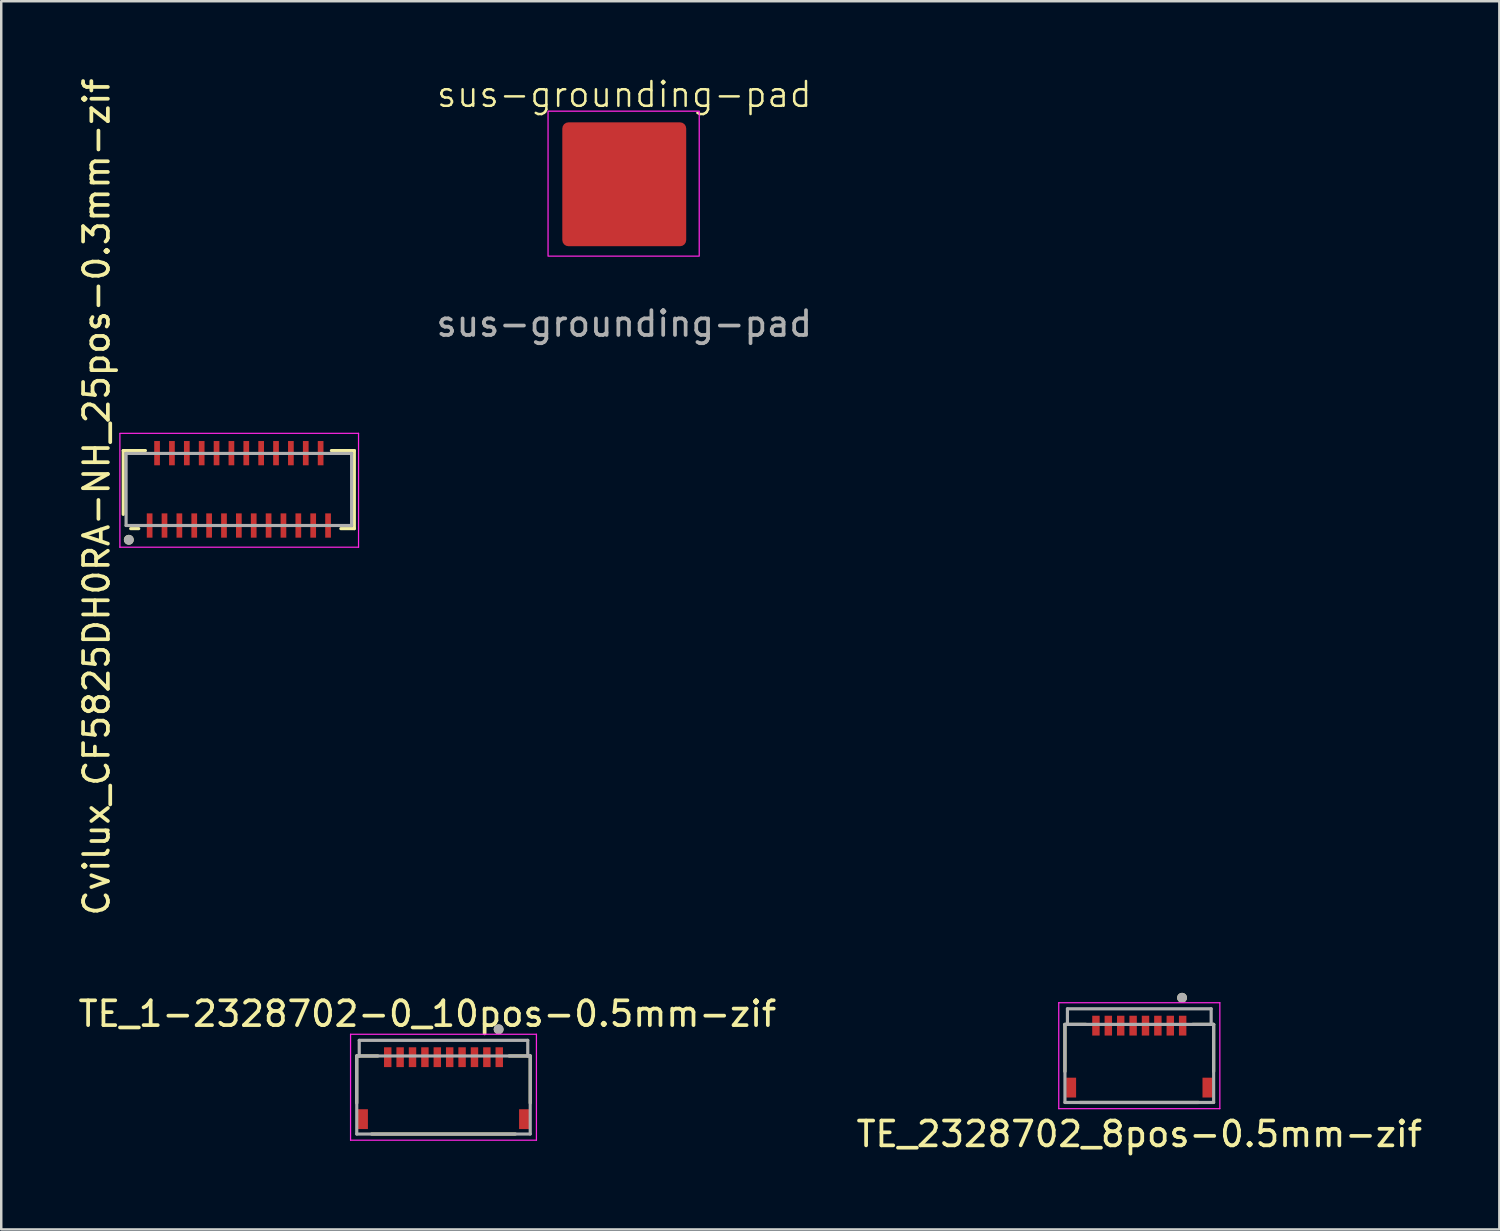
<source format=kicad_pcb>
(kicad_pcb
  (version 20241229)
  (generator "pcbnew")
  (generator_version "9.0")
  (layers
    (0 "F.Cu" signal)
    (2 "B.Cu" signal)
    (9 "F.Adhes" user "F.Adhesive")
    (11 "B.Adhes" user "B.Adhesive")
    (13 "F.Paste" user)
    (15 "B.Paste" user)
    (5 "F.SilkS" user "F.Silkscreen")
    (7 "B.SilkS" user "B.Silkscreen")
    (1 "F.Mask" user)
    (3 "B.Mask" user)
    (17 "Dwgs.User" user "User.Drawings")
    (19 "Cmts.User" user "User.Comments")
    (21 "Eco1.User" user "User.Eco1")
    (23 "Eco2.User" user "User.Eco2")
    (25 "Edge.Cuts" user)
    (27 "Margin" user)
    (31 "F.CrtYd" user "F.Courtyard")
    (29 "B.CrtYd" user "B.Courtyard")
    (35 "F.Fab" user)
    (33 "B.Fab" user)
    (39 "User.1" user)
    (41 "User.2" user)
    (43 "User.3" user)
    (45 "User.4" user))
  (footprint "TE_2328702_8pos-0.5mm-zif"
    (layer "F.Cu")
    (at 42.923 39.537)
    (property "Reference" "TE_2328702_8pos-0.5mm-zif" (at 0 3.175 0) (layer "F.SilkS") (effects (font (size 1 1) (thickness 0.15))))
    (attr smd)
    (fp_line (start -3 -1.25) (end -3 0.65) (stroke (width 0.127) (type solid)) (layer "F.SilkS"))
    (fp_line (start -2.4 1.9) (end 2.4 1.9) (stroke (width 0.127) (type solid)) (layer "F.SilkS"))
    (fp_line (start -2.15 -1.25) (end -3 -1.25) (stroke (width 0.127) (type solid)) (layer "F.SilkS"))
    (fp_line (start 2.15 -1.25) (end 3 -1.25) (stroke (width 0.127) (type solid)) (layer "F.SilkS"))
    (fp_line (start 3 -1.25) (end 3 0.65) (stroke (width 0.127) (type solid)) (layer "F.SilkS"))
    (fp_circle (center 1.725 -2.325) (end 1.825 -2.325) (stroke (width 0.2) (type solid)) (fill no) (layer "F.SilkS"))
    (fp_line (start -3.25 -2.125) (end 3.25 -2.125) (stroke (width 0.05) (type solid)) (layer "F.CrtYd"))
    (fp_line (start -3.25 2.15) (end -3.25 -2.125) (stroke (width 0.05) (type solid)) (layer "F.CrtYd"))
    (fp_line (start 3.25 -2.125) (end 3.25 2.15) (stroke (width 0.05) (type solid)) (layer "F.CrtYd"))
    (fp_line (start 3.25 2.15) (end -3.25 2.15) (stroke (width 0.05) (type solid)) (layer "F.CrtYd"))
    (fp_line (start -3 -1.25) (end -2.9 -1.25) (stroke (width 0.127) (type solid)) (layer "F.Fab"))
    (fp_line (start -3 1.9) (end -3 -1.25) (stroke (width 0.127) (type solid)) (layer "F.Fab"))
    (fp_line (start -2.9 -1.88) (end 2.9 -1.88) (stroke (width 0.127) (type solid)) (layer "F.Fab"))
    (fp_line (start -2.9 -1.25) (end -2.9 -1.88) (stroke (width 0.127) (type solid)) (layer "F.Fab"))
    (fp_line (start -2.9 -1.25) (end 2.9 -1.25) (stroke (width 0.127) (type solid)) (layer "F.Fab"))
    (fp_line (start 2.9 -1.88) (end 2.9 -1.25) (stroke (width 0.127) (type solid)) (layer "F.Fab"))
    (fp_line (start 2.9 -1.25) (end 3 -1.25) (stroke (width 0.127) (type solid)) (layer "F.Fab"))
    (fp_line (start 3 -1.25) (end 3 1.9) (stroke (width 0.127) (type solid)) (layer "F.Fab"))
    (fp_line (start 3 1.9) (end -3 1.9) (stroke (width 0.127) (type solid)) (layer "F.Fab"))
    (fp_circle (center 1.725 -2.325) (end 1.825 -2.325) (stroke (width 0.2) (type solid)) (fill no) (layer "F.Fab"))
    (pad "" smd rect (at -2.75 1.3) (size 0.4 0.8) (layers "F.Cu" "F.Mask" "F.Paste"))
    (pad "" smd rect (at 2.75 1.3) (size 0.4 0.8) (layers "F.Cu" "F.Mask" "F.Paste"))
    (pad "1" smd rect (at 1.75 -1.2) (size 0.3 0.8) (layers "F.Cu" "F.Mask" "F.Paste"))
    (pad "2" smd rect (at 1.25 -1.2) (size 0.3 0.8) (layers "F.Cu" "F.Mask" "F.Paste"))
    (pad "3" smd rect (at 0.75 -1.2) (size 0.3 0.8) (layers "F.Cu" "F.Mask" "F.Paste"))
    (pad "4" smd rect (at 0.25 -1.2) (size 0.3 0.8) (layers "F.Cu" "F.Mask" "F.Paste"))
    (pad "5" smd rect (at -0.25 -1.2) (size 0.3 0.8) (layers "F.Cu" "F.Mask" "F.Paste"))
    (pad "6" smd rect (at -0.75 -1.2) (size 0.3 0.8) (layers "F.Cu" "F.Mask" "F.Paste"))
    (pad "7" smd rect (at -1.25 -1.2) (size 0.3 0.8) (layers "F.Cu" "F.Mask" "F.Paste"))
    (pad "8" smd rect (at -1.75 -1.2) (size 0.3 0.8) (layers "F.Cu" "F.Mask" "F.Paste")))
  (footprint "TE_1-2328702-0_10pos-0.5mm-zif"
    (layer "F.Cu")
    (at 17.096 39.61)
    (property "Reference" "TE_1-2328702-0_10pos-0.5mm-zif" (at -2.9 -1.75 0) (layer "F.SilkS") (effects (font (size 1 1) (thickness 0.15))))
    (attr smd)
    (fp_line (start -5.75 -0.05) (end -5.75 1.85) (stroke (width 0.127) (type solid)) (layer "F.SilkS"))
    (fp_line (start -5.15 3.1) (end 0.65 3.1) (stroke (width 0.127) (type solid)) (layer "F.SilkS"))
    (fp_line (start -4.9 -0.05) (end -5.75 -0.05) (stroke (width 0.127) (type solid)) (layer "F.SilkS"))
    (fp_line (start 0.4 -0.05) (end 1.25 -0.05) (stroke (width 0.127) (type solid)) (layer "F.SilkS"))
    (fp_line (start 1.25 -0.05) (end 1.25 1.85) (stroke (width 0.127) (type solid)) (layer "F.SilkS"))
    (fp_circle (center -0.025 -1.125) (end 0.075 -1.125) (stroke (width 0.2) (type solid)) (fill no) (layer "F.SilkS"))
    (fp_line (start -6 -0.925) (end 1.5 -0.925) (stroke (width 0.05) (type solid)) (layer "F.CrtYd"))
    (fp_line (start -6 3.35) (end -6 -0.925) (stroke (width 0.05) (type solid)) (layer "F.CrtYd"))
    (fp_line (start 1.5 -0.925) (end 1.5 3.35) (stroke (width 0.05) (type solid)) (layer "F.CrtYd"))
    (fp_line (start 1.5 3.35) (end -6 3.35) (stroke (width 0.05) (type solid)) (layer "F.CrtYd"))
    (fp_line (start -5.75 -0.05) (end -5.65 -0.05) (stroke (width 0.127) (type solid)) (layer "F.Fab"))
    (fp_line (start -5.75 3.1) (end -5.75 -0.05) (stroke (width 0.127) (type solid)) (layer "F.Fab"))
    (fp_line (start -5.65 -0.68) (end 1.15 -0.68) (stroke (width 0.127) (type solid)) (layer "F.Fab"))
    (fp_line (start -5.65 -0.05) (end -5.65 -0.68) (stroke (width 0.127) (type solid)) (layer "F.Fab"))
    (fp_line (start -5.65 -0.05) (end 1.15 -0.05) (stroke (width 0.127) (type solid)) (layer "F.Fab"))
    (fp_line (start 1.15 -0.68) (end 1.15 -0.05) (stroke (width 0.127) (type solid)) (layer "F.Fab"))
    (fp_line (start 1.15 -0.05) (end 1.25 -0.05) (stroke (width 0.127) (type solid)) (layer "F.Fab"))
    (fp_line (start 1.25 -0.05) (end 1.25 3.1) (stroke (width 0.127) (type solid)) (layer "F.Fab"))
    (fp_line (start 1.25 3.1) (end -5.75 3.1) (stroke (width 0.127) (type solid)) (layer "F.Fab"))
    (fp_circle (center -0.025 -1.125) (end 0.075 -1.125) (stroke (width 0.2) (type solid)) (fill no) (layer "F.Fab"))
    (pad "1" smd rect (at 0 0) (size 0.3 0.8) (layers "F.Cu" "F.Mask" "F.Paste"))
    (pad "2" smd rect (at -0.5 0) (size 0.3 0.8) (layers "F.Cu" "F.Mask" "F.Paste"))
    (pad "3" smd rect (at -1 0) (size 0.3 0.8) (layers "F.Cu" "F.Mask" "F.Paste"))
    (pad "4" smd rect (at -1.5 0) (size 0.3 0.8) (layers "F.Cu" "F.Mask" "F.Paste"))
    (pad "5" smd rect (at -2 0) (size 0.3 0.8) (layers "F.Cu" "F.Mask" "F.Paste"))
    (pad "6" smd rect (at -2.5 0) (size 0.3 0.8) (layers "F.Cu" "F.Mask" "F.Paste"))
    (pad "7" smd rect (at -3 0) (size 0.3 0.8) (layers "F.Cu" "F.Mask" "F.Paste"))
    (pad "8" smd rect (at -3.5 0) (size 0.3 0.8) (layers "F.Cu" "F.Mask" "F.Paste"))
    (pad "9" smd rect (at -4 0) (size 0.3 0.8) (layers "F.Cu" "F.Mask" "F.Paste"))
    (pad "10" smd rect (at -4.5 0) (size 0.3 0.8) (layers "F.Cu" "F.Mask" "F.Paste"))
    (pad "S1" smd rect (at 1 2.5) (size 0.4 0.8) (layers "F.Cu" "F.Mask" "F.Paste"))
    (pad "S2" smd rect (at -5.5 2.5) (size 0.4 0.8) (layers "F.Cu" "F.Mask" "F.Paste")))
  (footprint "sus-grounding-pad"
    (layer "F.Cu")
    (at 22.14 4.386)
    (property "Reference" "sus-grounding-pad" (at 0 -3.625 0) (unlocked yes) (layer "F.SilkS") (effects (font (size 1 1) (thickness 0.1))))
    (attr smd)
    (fp_rect (start -3.075 -2.95) (end 3.025 2.9) (stroke (width 0.05) (type default)) (fill no) (layer "F.CrtYd"))
    (fp_text user "${REFERENCE}" (at 0 5.625 0) (unlocked yes) (layer "F.Fab") (effects (font (size 1 1) (thickness 0.15))))
    (pad "1" smd roundrect (at 0 0) (size 5 5) (layers "F.Cu" "F.Mask" "F.Paste") (roundrect_rratio 0.05)))
  (footprint "Cvilux_CF5825DH0RA-NH_25pos-0.3mm-zif"
    (layer "F.Cu")
    (at 6.298 16.756)
    (property "Reference" "Cvilux_CF5825DH0RA-NH_25pos-0.3mm-zif" (at -5.45 0.25 270) (layer "F.SilkS") (effects (font (size 1 1) (thickness 0.15))))
    (attr smd)
    (fp_line (start -4.375 -1.625) (end -4.375 0.95) (stroke (width 0.127) (type solid)) (layer "F.SilkS"))
    (fp_line (start -4.375 -1.625) (end -3.48 -1.625) (stroke (width 0.127) (type solid)) (layer "F.SilkS"))
    (fp_line (start -4.075 1.525) (end -3.75 1.525) (stroke (width 0.127) (type solid)) (layer "F.SilkS"))
    (fp_line (start 4.025 -1.625) (end 4.95 -1.625) (stroke (width 0.127) (type solid)) (layer "F.SilkS"))
    (fp_line (start 4.405 1.525) (end 4.95 1.525) (stroke (width 0.127) (type solid)) (layer "F.SilkS"))
    (fp_line (start 4.95 1.525) (end 4.95 -1.625) (stroke (width 0.127) (type solid)) (layer "F.SilkS"))
    (fp_circle (center -4.15 1.975) (end -4.05 1.975) (stroke (width 0.2) (type solid)) (fill no) (layer "F.SilkS"))
    (fp_line (start -4.51 -2.31) (end -4.51 2.275) (stroke (width 0.05) (type solid)) (layer "F.CrtYd"))
    (fp_line (start -4.51 2.275) (end 5.12 2.275) (stroke (width 0.05) (type solid)) (layer "F.CrtYd"))
    (fp_line (start 5.12 -2.32) (end -4.51 -2.32) (stroke (width 0.05) (type solid)) (layer "F.CrtYd"))
    (fp_line (start 5.12 2.275) (end 5.12 -2.32) (stroke (width 0.05) (type solid)) (layer "F.CrtYd"))
    (fp_line (start -4.26 -1.51) (end -4.26 1.4) (stroke (width 0.127) (type solid)) (layer "F.Fab"))
    (fp_line (start -4.26 -1.51) (end 4.84 -1.51) (stroke (width 0.127) (type solid)) (layer "F.Fab"))
    (fp_line (start -4.26 1.4) (end 4.84 1.4) (stroke (width 0.127) (type solid)) (layer "F.Fab"))
    (fp_line (start 4.84 1.4) (end 4.84 -1.51) (stroke (width 0.127) (type solid)) (layer "F.Fab"))
    (fp_circle (center -4.15 1.975) (end -4.05 1.975) (stroke (width 0.2) (type solid)) (fill no) (layer "F.Fab"))
    (pad "1" smd rect (at -3.31 1.4) (size 0.23 0.98) (layers "F.Cu" "F.Mask" "F.Paste"))
    (pad "2" smd rect (at -3.01 -1.52) (size 0.23 0.98) (layers "F.Cu" "F.Mask" "F.Paste"))
    (pad "3" smd rect (at -2.71 1.4) (size 0.23 0.98) (layers "F.Cu" "F.Mask" "F.Paste"))
    (pad "4" smd rect (at -2.41 -1.52) (size 0.23 0.98) (layers "F.Cu" "F.Mask" "F.Paste"))
    (pad "5" smd rect (at -2.11 1.4) (size 0.23 0.98) (layers "F.Cu" "F.Mask" "F.Paste"))
    (pad "6" smd rect (at -1.81 -1.52) (size 0.23 0.98) (layers "F.Cu" "F.Mask" "F.Paste"))
    (pad "7" smd rect (at -1.51 1.4) (size 0.23 0.98) (layers "F.Cu" "F.Mask" "F.Paste"))
    (pad "8" smd rect (at -1.21 -1.52) (size 0.23 0.98) (layers "F.Cu" "F.Mask" "F.Paste"))
    (pad "9" smd rect (at -0.91 1.4) (size 0.23 0.98) (layers "F.Cu" "F.Mask" "F.Paste"))
    (pad "10" smd rect (at -0.61 -1.52) (size 0.23 0.98) (layers "F.Cu" "F.Mask" "F.Paste"))
    (pad "11" smd rect (at -0.31 1.4) (size 0.23 0.98) (layers "F.Cu" "F.Mask" "F.Paste"))
    (pad "12" smd rect (at -0.01 -1.52) (size 0.23 0.98) (layers "F.Cu" "F.Mask" "F.Paste"))
    (pad "13" smd rect (at 0.29 1.4) (size 0.23 0.98) (layers "F.Cu" "F.Mask" "F.Paste"))
    (pad "14" smd rect (at 0.59 -1.52) (size 0.23 0.98) (layers "F.Cu" "F.Mask" "F.Paste"))
    (pad "15" smd rect (at 0.89 1.4) (size 0.23 0.98) (layers "F.Cu" "F.Mask" "F.Paste"))
    (pad "16" smd rect (at 1.19 -1.52) (size 0.23 0.98) (layers "F.Cu" "F.Mask" "F.Paste"))
    (pad "17" smd rect (at 1.49 1.4) (size 0.23 0.98) (layers "F.Cu" "F.Mask" "F.Paste"))
    (pad "18" smd rect (at 1.79 -1.52) (size 0.23 0.98) (layers "F.Cu" "F.Mask" "F.Paste"))
    (pad "19" smd rect (at 2.09 1.4) (size 0.23 0.98) (layers "F.Cu" "F.Mask" "F.Paste"))
    (pad "20" smd rect (at 2.39 -1.52) (size 0.23 0.98) (layers "F.Cu" "F.Mask" "F.Paste"))
    (pad "21" smd rect (at 2.69 1.4) (size 0.23 0.98) (layers "F.Cu" "F.Mask" "F.Paste"))
    (pad "22" smd rect (at 2.99 -1.52) (size 0.23 0.98) (layers "F.Cu" "F.Mask" "F.Paste"))
    (pad "23" smd rect (at 3.29 1.4) (size 0.23 0.98) (layers "F.Cu" "F.Mask" "F.Paste"))
    (pad "24" smd rect (at 3.59 -1.52) (size 0.23 0.98) (layers "F.Cu" "F.Mask" "F.Paste"))
    (pad "25" smd rect (at 3.89 1.4) (size 0.23 0.98) (layers "F.Cu" "F.Mask" "F.Paste")))
  (gr_rect
    (start -3 -3)
    (end 57.452 46.56)
    (stroke (width 0.1) (type default))
    (fill no)
    (layer "Edge.Cuts")))
</source>
